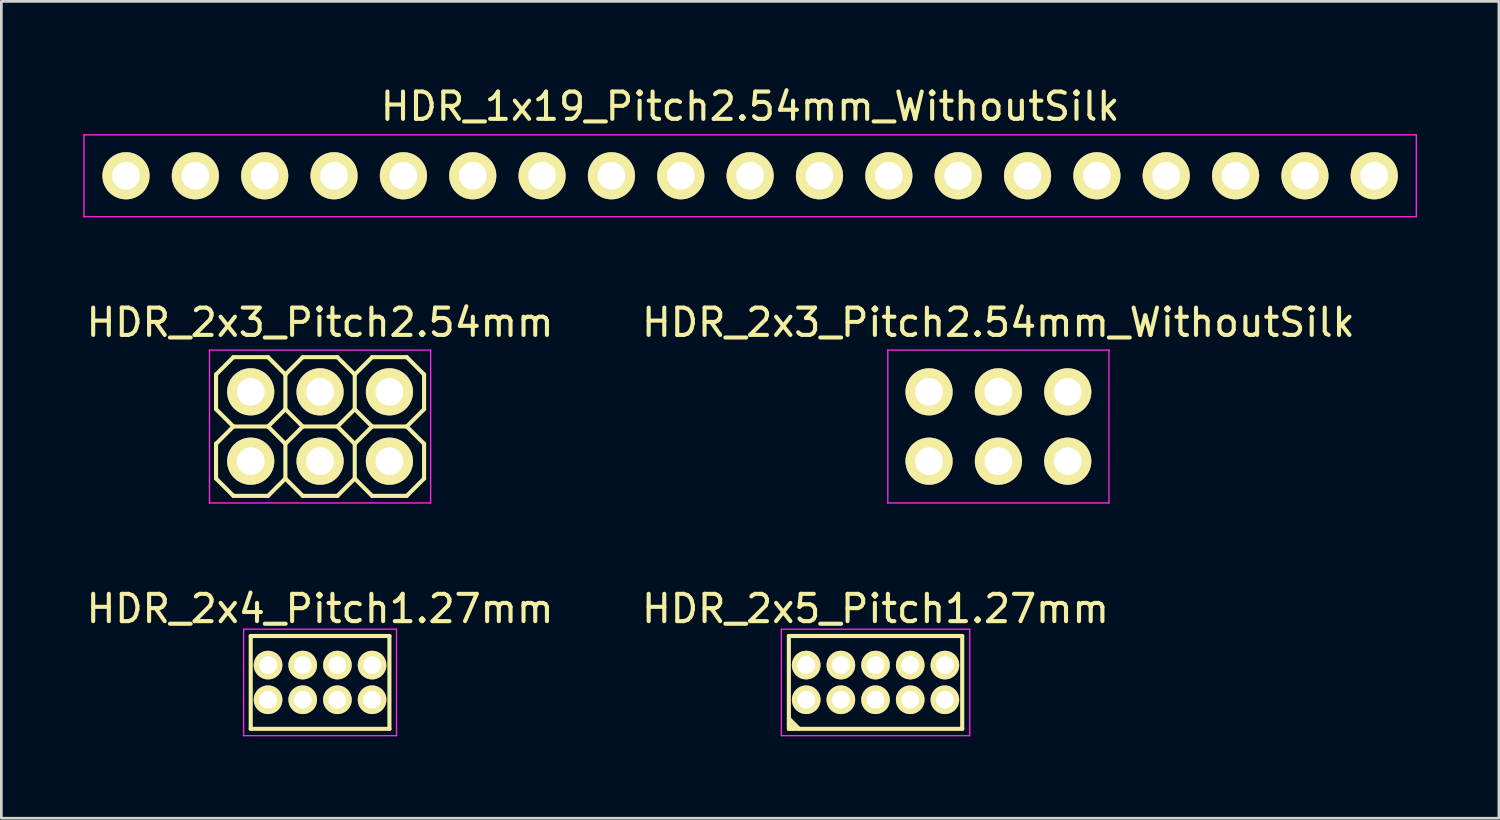
<source format=kicad_pcb>
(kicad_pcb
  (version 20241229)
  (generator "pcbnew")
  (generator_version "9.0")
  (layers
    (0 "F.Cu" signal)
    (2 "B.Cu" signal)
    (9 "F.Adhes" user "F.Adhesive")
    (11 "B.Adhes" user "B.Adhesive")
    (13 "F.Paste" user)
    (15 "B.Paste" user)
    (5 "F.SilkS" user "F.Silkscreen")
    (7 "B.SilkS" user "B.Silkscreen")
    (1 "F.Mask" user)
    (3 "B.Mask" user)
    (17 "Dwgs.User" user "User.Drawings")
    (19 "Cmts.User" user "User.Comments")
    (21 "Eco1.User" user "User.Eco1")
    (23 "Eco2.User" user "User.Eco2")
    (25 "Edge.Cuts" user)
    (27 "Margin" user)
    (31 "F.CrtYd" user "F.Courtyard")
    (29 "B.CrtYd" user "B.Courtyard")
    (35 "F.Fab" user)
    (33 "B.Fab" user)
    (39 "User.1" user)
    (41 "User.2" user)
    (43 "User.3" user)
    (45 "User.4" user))
  (footprint "HDR_1x19_Pitch2.54mm_WithoutSilk"
    (layer "F.Cu")
    (at 24.425 3.388)
    (property "Reference" "HDR_1x19_Pitch2.54mm_WithoutSilk" (at 0 -2.54 0) (layer "F.SilkS") (effects (font (size 1 1) (thickness 0.15))))
    (attr through_hole)
    (fp_line (start -24.4 -1.5) (end -24.4 1.5) (stroke (width 0.05) (type solid)) (layer "F.CrtYd"))
    (fp_line (start -24.4 1.5) (end 24.4 1.5) (stroke (width 0.05) (type solid)) (layer "F.CrtYd"))
    (fp_line (start 24.4 -1.5) (end -24.4 -1.5) (stroke (width 0.05) (type solid)) (layer "F.CrtYd"))
    (fp_line (start 24.4 1.5) (end 24.4 -1.5) (stroke (width 0.05) (type solid)) (layer "F.CrtYd"))
    (pad "1" thru_hole oval (at -22.86 0) (size 1.727 1.727) (drill 1.016) (layers "*.Cu" "*.Mask" "F.SilkS"))
    (pad "2" thru_hole oval (at -20.32 0) (size 1.727 1.727) (drill 1.016) (layers "*.Cu" "*.Mask" "F.SilkS"))
    (pad "3" thru_hole oval (at -17.78 0) (size 1.727 1.727) (drill 1.016) (layers "*.Cu" "*.Mask" "F.SilkS"))
    (pad "4" thru_hole oval (at -15.24 0) (size 1.727 1.727) (drill 1.016) (layers "*.Cu" "*.Mask" "F.SilkS"))
    (pad "5" thru_hole oval (at -12.7 0) (size 1.727 1.727) (drill 1.016) (layers "*.Cu" "*.Mask" "F.SilkS"))
    (pad "6" thru_hole oval (at -10.16 0) (size 1.727 1.727) (drill 1.016) (layers "*.Cu" "*.Mask" "F.SilkS"))
    (pad "7" thru_hole oval (at -7.62 0) (size 1.727 1.727) (drill 1.016) (layers "*.Cu" "*.Mask" "F.SilkS"))
    (pad "8" thru_hole oval (at -5.08 0) (size 1.727 1.727) (drill 1.016) (layers "*.Cu" "*.Mask" "F.SilkS"))
    (pad "9" thru_hole oval (at -2.54 0) (size 1.727 1.727) (drill 1.016) (layers "*.Cu" "*.Mask" "F.SilkS"))
    (pad "10" thru_hole oval (at 0 0) (size 1.727 1.727) (drill 1.016) (layers "*.Cu" "*.Mask" "F.SilkS"))
    (pad "11" thru_hole oval (at 2.54 0) (size 1.727 1.727) (drill 1.016) (layers "*.Cu" "*.Mask" "F.SilkS"))
    (pad "12" thru_hole oval (at 5.08 0) (size 1.727 1.727) (drill 1.016) (layers "*.Cu" "*.Mask" "F.SilkS"))
    (pad "13" thru_hole oval (at 7.62 0) (size 1.727 1.727) (drill 1.016) (layers "*.Cu" "*.Mask" "F.SilkS"))
    (pad "14" thru_hole oval (at 10.16 0) (size 1.727 1.727) (drill 1.016) (layers "*.Cu" "*.Mask" "F.SilkS"))
    (pad "15" thru_hole oval (at 12.7 0) (size 1.727 1.727) (drill 1.016) (layers "*.Cu" "*.Mask" "F.SilkS"))
    (pad "16" thru_hole oval (at 15.24 0) (size 1.727 1.727) (drill 1.016) (layers "*.Cu" "*.Mask" "F.SilkS"))
    (pad "17" thru_hole oval (at 17.78 0) (size 1.727 1.727) (drill 1.016) (layers "*.Cu" "*.Mask" "F.SilkS"))
    (pad "18" thru_hole oval (at 20.32 0) (size 1.727 1.727) (drill 1.016) (layers "*.Cu" "*.Mask" "F.SilkS"))
    (pad "19" thru_hole oval (at 22.86 0) (size 1.727 1.727) (drill 1.016) (layers "*.Cu" "*.Mask" "F.SilkS")))
  (footprint "HDR_2x3_Pitch2.54mm_WithoutSilk"
    (layer "F.Cu")
    (at 33.518 12.572)
    (property "Reference" "HDR_2x3_Pitch2.54mm_WithoutSilk" (at 0 -3.81 0) (layer "F.SilkS") (effects (font (size 1 1) (thickness 0.15))))
    (attr through_hole)
    (fp_line (start -4.05 -2.8) (end -4.05 2.8) (stroke (width 0.05) (type solid)) (layer "F.CrtYd"))
    (fp_line (start -4.05 2.8) (end 4.05 2.8) (stroke (width 0.05) (type solid)) (layer "F.CrtYd"))
    (fp_line (start 4.05 -2.8) (end -4.05 -2.8) (stroke (width 0.05) (type solid)) (layer "F.CrtYd"))
    (fp_line (start 4.05 2.8) (end 4.05 -2.8) (stroke (width 0.05) (type solid)) (layer "F.CrtYd"))
    (pad "1" thru_hole oval (at -2.54 1.27) (size 1.727 1.727) (drill 1.016) (layers "*.Cu" "*.Mask" "F.SilkS"))
    (pad "2" thru_hole oval (at -2.54 -1.27) (size 1.727 1.727) (drill 1.016) (layers "*.Cu" "*.Mask" "F.SilkS"))
    (pad "3" thru_hole oval (at 0 1.27) (size 1.727 1.727) (drill 1.016) (layers "*.Cu" "*.Mask" "F.SilkS"))
    (pad "4" thru_hole oval (at 0 -1.27) (size 1.727 1.727) (drill 1.016) (layers "*.Cu" "*.Mask" "F.SilkS"))
    (pad "5" thru_hole oval (at 2.54 1.27) (size 1.727 1.727) (drill 1.016) (layers "*.Cu" "*.Mask" "F.SilkS"))
    (pad "6" thru_hole oval (at 2.54 -1.27) (size 1.727 1.727) (drill 1.016) (layers "*.Cu" "*.Mask" "F.SilkS")))
  (footprint "HDR_2x4_Pitch1.27mm"
    (layer "F.Cu")
    (at 8.673 21.945)
    (property "Reference" "HDR_2x4_Pitch1.27mm" (at 0 -2.7 0) (layer "F.SilkS") (effects (font (size 1 1) (thickness 0.15))))
    (attr through_hole)
    (fp_line (start -2.54 -1.7) (end 2.54 -1.7) (stroke (width 0.15) (type solid)) (layer "F.SilkS"))
    (fp_line (start -2.54 1.7) (end -2.54 -1.7) (stroke (width 0.15) (type solid)) (layer "F.SilkS"))
    (fp_line (start 2.54 -1.7) (end 2.54 1.7) (stroke (width 0.15) (type solid)) (layer "F.SilkS"))
    (fp_line (start 2.54 1.7) (end -2.54 1.7) (stroke (width 0.15) (type solid)) (layer "F.SilkS"))
    (fp_line (start -2.8 -1.95) (end -2.8 1.95) (stroke (width 0.05) (type solid)) (layer "F.CrtYd"))
    (fp_line (start -2.8 1.95) (end 2.8 1.95) (stroke (width 0.05) (type solid)) (layer "F.CrtYd"))
    (fp_line (start 2.8 -1.95) (end -2.8 -1.95) (stroke (width 0.05) (type solid)) (layer "F.CrtYd"))
    (fp_line (start 2.8 -1.95) (end 2.8 1.95) (stroke (width 0.05) (type solid)) (layer "F.CrtYd"))
    (pad "1" thru_hole oval (at -1.905 0.635) (size 1.05 1.05) (drill 0.65) (layers "*.Cu" "*.Mask" "F.SilkS"))
    (pad "2" thru_hole oval (at -1.905 -0.635) (size 1.05 1.05) (drill 0.65) (layers "*.Cu" "*.Mask" "F.SilkS"))
    (pad "3" thru_hole oval (at -0.635 0.635) (size 1.05 1.05) (drill 0.65) (layers "*.Cu" "*.Mask" "F.SilkS"))
    (pad "4" thru_hole oval (at -0.635 -0.635) (size 1.05 1.05) (drill 0.65) (layers "*.Cu" "*.Mask" "F.SilkS"))
    (pad "5" thru_hole oval (at 0.635 0.635) (size 1.05 1.05) (drill 0.65) (layers "*.Cu" "*.Mask" "F.SilkS"))
    (pad "6" thru_hole oval (at 0.635 -0.635) (size 1.05 1.05) (drill 0.65) (layers "*.Cu" "*.Mask" "F.SilkS"))
    (pad "7" thru_hole oval (at 1.905 0.635) (size 1.05 1.05) (drill 0.65) (layers "*.Cu" "*.Mask" "F.SilkS"))
    (pad "8" thru_hole oval (at 1.905 -0.635) (size 1.05 1.05) (drill 0.65) (layers "*.Cu" "*.Mask" "F.SilkS")))
  (footprint "HDR_2x5_Pitch1.27mm"
    (layer "F.Cu")
    (at 29.018 21.945)
    (property "Reference" "HDR_2x5_Pitch1.27mm" (at 0 -2.7 0) (layer "F.SilkS") (effects (font (size 1 1) (thickness 0.15))))
    (attr through_hole)
    (fp_line (start -3.175 -1.7) (end 3.175 -1.7) (stroke (width 0.15) (type solid)) (layer "F.SilkS"))
    (fp_line (start -3.175 1.325) (end -2.8 1.7) (stroke (width 0.15) (type solid)) (layer "F.SilkS"))
    (fp_line (start -3.175 1.525) (end -3 1.7) (stroke (width 0.15) (type solid)) (layer "F.SilkS"))
    (fp_line (start -3.175 1.7) (end -3.175 -1.7) (stroke (width 0.15) (type solid)) (layer "F.SilkS"))
    (fp_line (start 3.175 -1.7) (end 3.175 1.7) (stroke (width 0.15) (type solid)) (layer "F.SilkS"))
    (fp_line (start 3.175 1.7) (end -3.175 1.7) (stroke (width 0.15) (type solid)) (layer "F.SilkS"))
    (fp_line (start -3.45 -1.95) (end -3.45 1.95) (stroke (width 0.05) (type solid)) (layer "F.CrtYd"))
    (fp_line (start -3.45 1.95) (end 3.45 1.95) (stroke (width 0.05) (type solid)) (layer "F.CrtYd"))
    (fp_line (start 3.45 -1.95) (end -3.45 -1.95) (stroke (width 0.05) (type solid)) (layer "F.CrtYd"))
    (fp_line (start 3.45 -1.95) (end 3.45 1.95) (stroke (width 0.05) (type solid)) (layer "F.CrtYd"))
    (pad "1" thru_hole oval (at -2.54 0.635) (size 1.05 1.05) (drill 0.65) (layers "*.Cu" "*.Mask" "F.SilkS"))
    (pad "2" thru_hole oval (at -2.54 -0.635) (size 1.05 1.05) (drill 0.65) (layers "*.Cu" "*.Mask" "F.SilkS"))
    (pad "3" thru_hole oval (at -1.27 0.635) (size 1.05 1.05) (drill 0.65) (layers "*.Cu" "*.Mask" "F.SilkS"))
    (pad "4" thru_hole oval (at -1.27 -0.635) (size 1.05 1.05) (drill 0.65) (layers "*.Cu" "*.Mask" "F.SilkS"))
    (pad "5" thru_hole oval (at 0 0.635) (size 1.05 1.05) (drill 0.65) (layers "*.Cu" "*.Mask" "F.SilkS"))
    (pad "6" thru_hole oval (at 0 -0.635) (size 1.05 1.05) (drill 0.65) (layers "*.Cu" "*.Mask" "F.SilkS"))
    (pad "7" thru_hole oval (at 1.27 0.635) (size 1.05 1.05) (drill 0.65) (layers "*.Cu" "*.Mask" "F.SilkS"))
    (pad "8" thru_hole oval (at 1.27 -0.635) (size 1.05 1.05) (drill 0.65) (layers "*.Cu" "*.Mask" "F.SilkS"))
    (pad "9" thru_hole oval (at 2.54 0.635) (size 1.05 1.05) (drill 0.65) (layers "*.Cu" "*.Mask" "F.SilkS"))
    (pad "10" thru_hole oval (at 2.54 -0.635) (size 1.05 1.05) (drill 0.65) (layers "*.Cu" "*.Mask" "F.SilkS")))
  (footprint "HDR_2x3_Pitch2.54mm"
    (layer "F.Cu")
    (at 8.673 12.572)
    (property "Reference" "HDR_2x3_Pitch2.54mm" (at 0 -3.81 0) (layer "F.SilkS") (effects (font (size 1 1) (thickness 0.15))))
    (attr through_hole)
    (fp_line (start -3.81 -1.905) (end -3.81 -0.635) (stroke (width 0.15) (type solid)) (layer "F.SilkS"))
    (fp_line (start -3.81 -0.635) (end -3.175 0) (stroke (width 0.15) (type solid)) (layer "F.SilkS"))
    (fp_line (start -3.81 0.635) (end -3.81 1.905) (stroke (width 0.15) (type solid)) (layer "F.SilkS"))
    (fp_line (start -3.81 1.905) (end -3.175 2.54) (stroke (width 0.15) (type solid)) (layer "F.SilkS"))
    (fp_line (start -3.175 -2.54) (end -3.81 -1.905) (stroke (width 0.15) (type solid)) (layer "F.SilkS"))
    (fp_line (start -3.175 0) (end -3.81 0.635) (stroke (width 0.15) (type solid)) (layer "F.SilkS"))
    (fp_line (start -3.175 2.54) (end -1.905 2.54) (stroke (width 0.15) (type solid)) (layer "F.SilkS"))
    (fp_line (start -1.905 -2.54) (end -3.175 -2.54) (stroke (width 0.15) (type solid)) (layer "F.SilkS"))
    (fp_line (start -1.905 0) (end -3.175 0) (stroke (width 0.15) (type solid)) (layer "F.SilkS"))
    (fp_line (start -1.905 0) (end -1.27 0.635) (stroke (width 0.15) (type solid)) (layer "F.SilkS"))
    (fp_line (start -1.905 2.54) (end -1.27 1.905) (stroke (width 0.15) (type solid)) (layer "F.SilkS"))
    (fp_line (start -1.27 -1.905) (end -1.905 -2.54) (stroke (width 0.15) (type solid)) (layer "F.SilkS"))
    (fp_line (start -1.27 -1.905) (end -1.27 -0.635) (stroke (width 0.15) (type solid)) (layer "F.SilkS"))
    (fp_line (start -1.27 -0.635) (end -1.905 0) (stroke (width 0.15) (type solid)) (layer "F.SilkS"))
    (fp_line (start -1.27 0.635) (end -1.27 1.905) (stroke (width 0.15) (type solid)) (layer "F.SilkS"))
    (fp_line (start -1.27 0.635) (end -0.635 0) (stroke (width 0.15) (type solid)) (layer "F.SilkS"))
    (fp_line (start -1.27 1.905) (end -0.635 2.54) (stroke (width 0.15) (type solid)) (layer "F.SilkS"))
    (fp_line (start -0.635 -2.54) (end -1.27 -1.905) (stroke (width 0.15) (type solid)) (layer "F.SilkS"))
    (fp_line (start -0.635 0) (end -1.27 -0.635) (stroke (width 0.15) (type solid)) (layer "F.SilkS"))
    (fp_line (start -0.635 0) (end 0.635 0) (stroke (width 0.15) (type solid)) (layer "F.SilkS"))
    (fp_line (start -0.635 2.54) (end 0.635 2.54) (stroke (width 0.15) (type solid)) (layer "F.SilkS"))
    (fp_line (start 0.635 -2.54) (end -0.635 -2.54) (stroke (width 0.15) (type solid)) (layer "F.SilkS"))
    (fp_line (start 0.635 0) (end 1.27 -0.635) (stroke (width 0.15) (type solid)) (layer "F.SilkS"))
    (fp_line (start 0.635 0) (end 1.27 0.635) (stroke (width 0.15) (type solid)) (layer "F.SilkS"))
    (fp_line (start 0.635 2.54) (end 1.27 1.905) (stroke (width 0.15) (type solid)) (layer "F.SilkS"))
    (fp_line (start 1.27 -1.905) (end 0.635 -2.54) (stroke (width 0.15) (type solid)) (layer "F.SilkS"))
    (fp_line (start 1.27 -0.635) (end 1.27 -1.905) (stroke (width 0.15) (type solid)) (layer "F.SilkS"))
    (fp_line (start 1.27 -0.635) (end 1.905 0) (stroke (width 0.15) (type solid)) (layer "F.SilkS"))
    (fp_line (start 1.27 0.635) (end 1.27 1.905) (stroke (width 0.15) (type solid)) (layer "F.SilkS"))
    (fp_line (start 1.27 1.905) (end 1.905 2.54) (stroke (width 0.15) (type solid)) (layer "F.SilkS"))
    (fp_line (start 1.905 -2.54) (end 1.27 -1.905) (stroke (width 0.15) (type solid)) (layer "F.SilkS"))
    (fp_line (start 1.905 0) (end 1.27 0.635) (stroke (width 0.15) (type solid)) (layer "F.SilkS"))
    (fp_line (start 1.905 0) (end 3.175 0) (stroke (width 0.15) (type solid)) (layer "F.SilkS"))
    (fp_line (start 1.905 2.54) (end 3.175 2.54) (stroke (width 0.15) (type solid)) (layer "F.SilkS"))
    (fp_line (start 3.175 -2.54) (end 1.905 -2.54) (stroke (width 0.15) (type solid)) (layer "F.SilkS"))
    (fp_line (start 3.175 0) (end 3.81 -0.635) (stroke (width 0.15) (type solid)) (layer "F.SilkS"))
    (fp_line (start 3.175 2.54) (end 3.81 1.905) (stroke (width 0.15) (type solid)) (layer "F.SilkS"))
    (fp_line (start 3.81 -1.905) (end 3.175 -2.54) (stroke (width 0.15) (type solid)) (layer "F.SilkS"))
    (fp_line (start 3.81 -0.635) (end 3.81 -1.905) (stroke (width 0.15) (type solid)) (layer "F.SilkS"))
    (fp_line (start 3.81 0.635) (end 3.175 0) (stroke (width 0.15) (type solid)) (layer "F.SilkS"))
    (fp_line (start 3.81 1.905) (end 3.81 0.635) (stroke (width 0.15) (type solid)) (layer "F.SilkS"))
    (fp_line (start -4.05 -2.8) (end -4.05 2.8) (stroke (width 0.05) (type solid)) (layer "F.CrtYd"))
    (fp_line (start -4.05 2.8) (end 4.05 2.8) (stroke (width 0.05) (type solid)) (layer "F.CrtYd"))
    (fp_line (start 4.05 -2.8) (end -4.05 -2.8) (stroke (width 0.05) (type solid)) (layer "F.CrtYd"))
    (fp_line (start 4.05 2.8) (end 4.05 -2.8) (stroke (width 0.05) (type solid)) (layer "F.CrtYd"))
    (pad "1" thru_hole oval (at -2.54 1.27) (size 1.727 1.727) (drill 1.016) (layers "*.Cu" "*.Mask" "F.SilkS"))
    (pad "2" thru_hole oval (at -2.54 -1.27) (size 1.727 1.727) (drill 1.016) (layers "*.Cu" "*.Mask" "F.SilkS"))
    (pad "3" thru_hole oval (at 0 1.27) (size 1.727 1.727) (drill 1.016) (layers "*.Cu" "*.Mask" "F.SilkS"))
    (pad "4" thru_hole oval (at 0 -1.27) (size 1.727 1.727) (drill 1.016) (layers "*.Cu" "*.Mask" "F.SilkS"))
    (pad "5" thru_hole oval (at 2.54 1.27) (size 1.727 1.727) (drill 1.016) (layers "*.Cu" "*.Mask" "F.SilkS"))
    (pad "6" thru_hole oval (at 2.54 -1.27) (size 1.727 1.727) (drill 1.016) (layers "*.Cu" "*.Mask" "F.SilkS")))
  (gr_rect
    (start -3 -3)
    (end 51.85 26.92)
    (stroke (width 0.1) (type default))
    (fill no)
    (layer "Edge.Cuts")))
</source>
